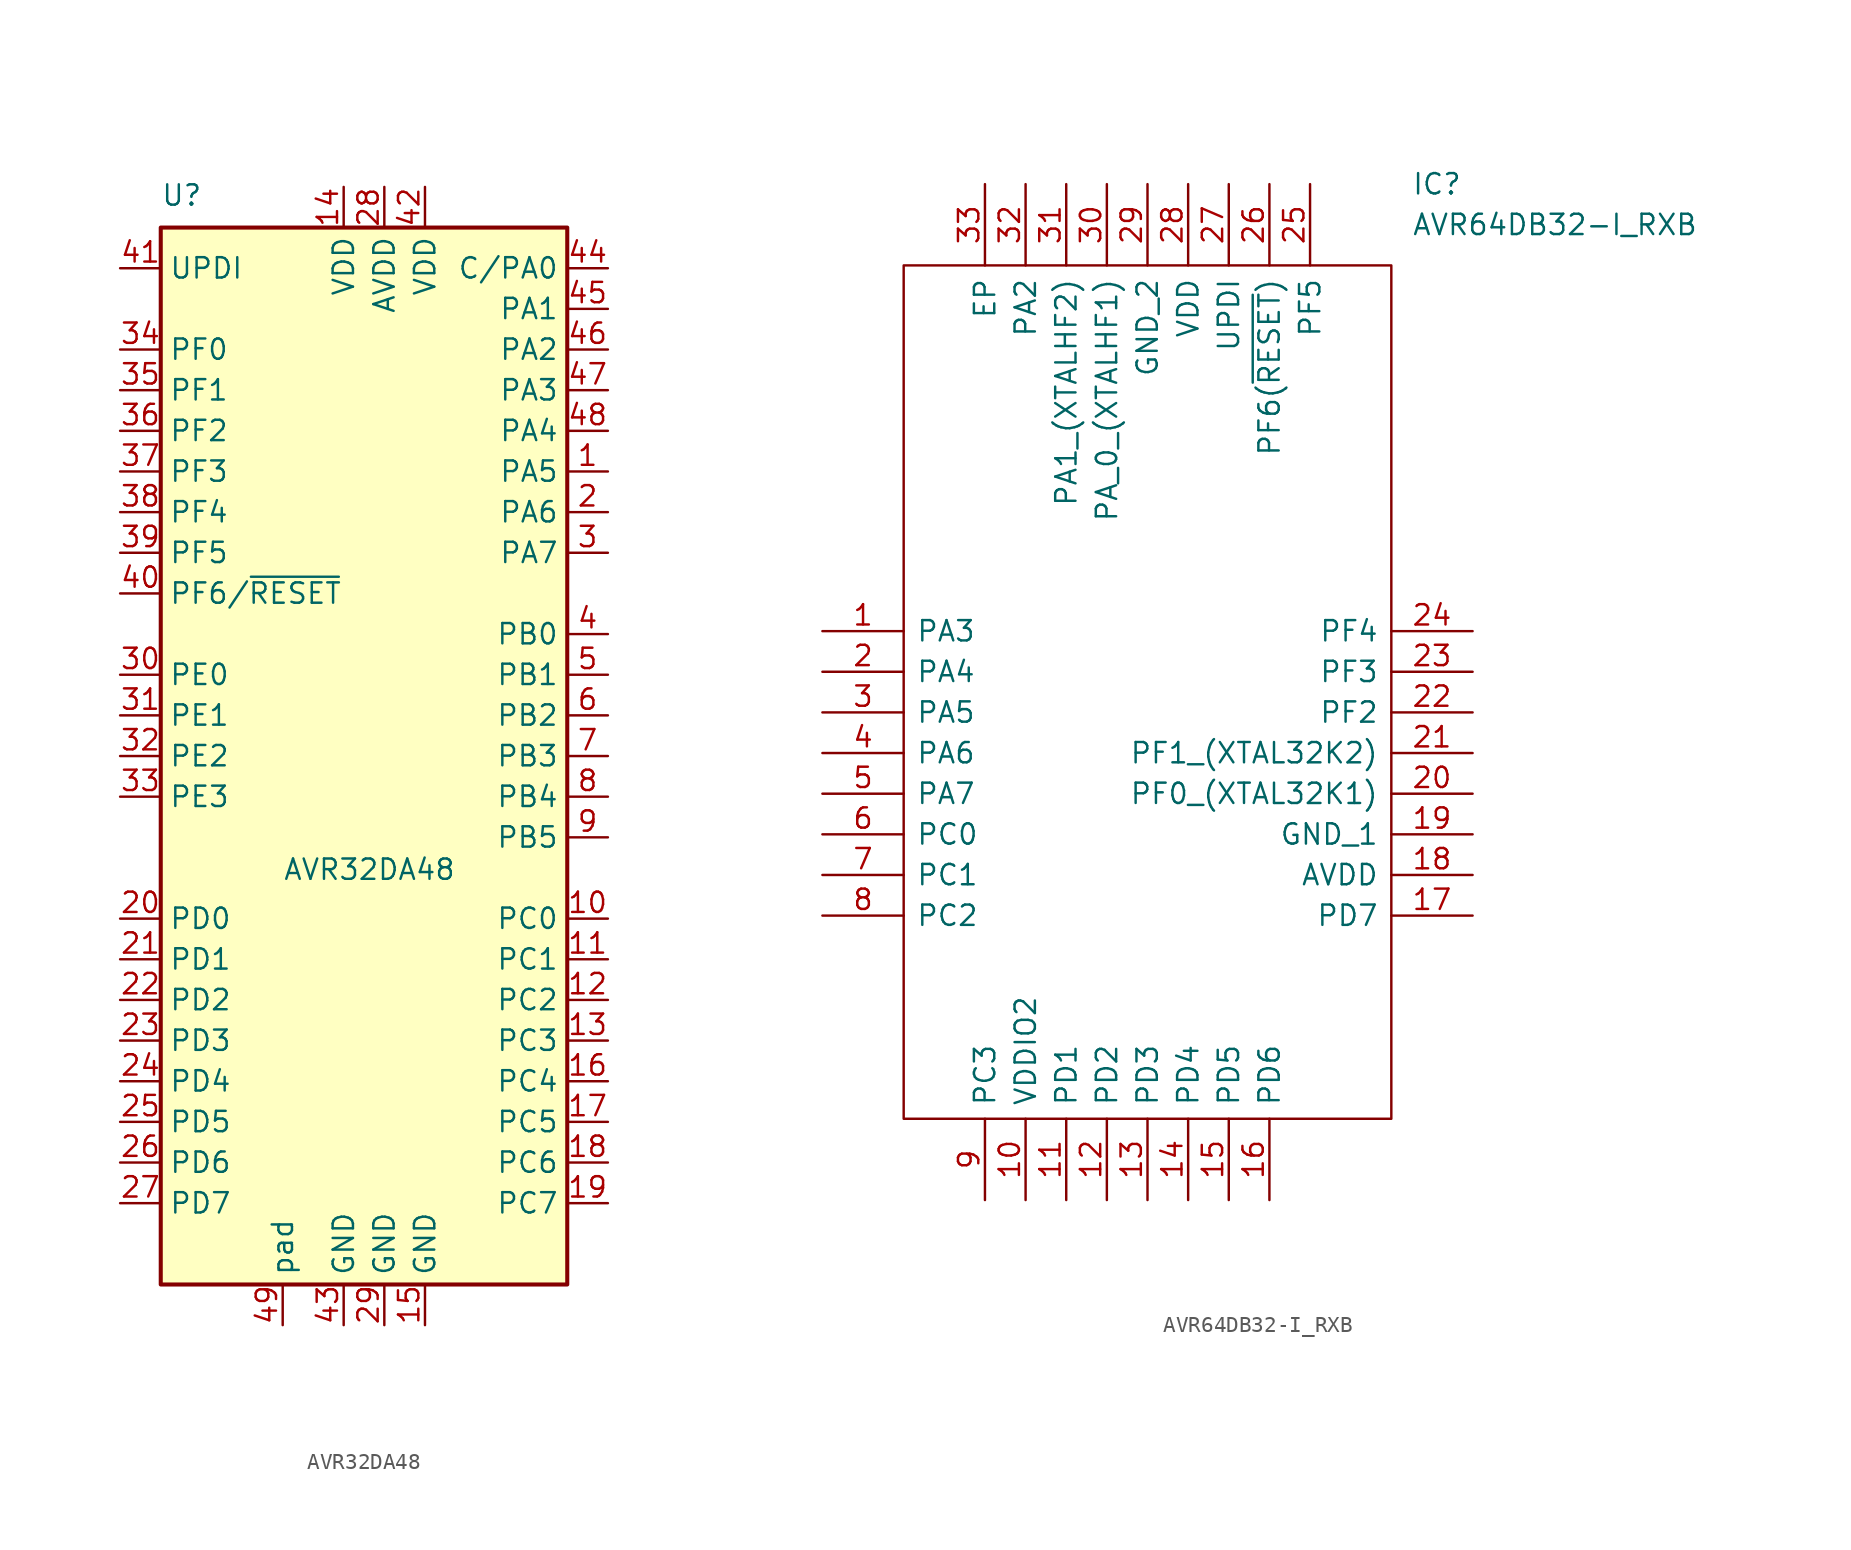
<source format=kicad_sym>
(kicad_symbol_lib
  (version 20241209)
  (generator "kicad_symbol_editor")
  (generator_version "9.0")
  (symbol "AVR32DA48"
    (property "Reference" "U"
      (at -12.7 34.29 0)
      (effects (font (size 1.27 1.27)) (justify left bottom)))
    (property "Value" "AVR32DA48"
      (at -5.08 -6.35 0)
      (effects (font (size 1.27 1.27)) (justify left top)))
    (symbol "AVR32DA48_0_1"
      (rectangle (start -12.7 -33.02) (end 12.7 33.02) (stroke (width 0.254) (type solid)) (fill (type background))))
    (symbol "AVR32DA48_1_1"
      (pin bidirectional line (at -15.24 30.48 0) (length 2.54) (name "UPDI" (effects (font (size 1.27 1.27)))) (number "41" (effects (font (size 1.27 1.27)))))
      (pin bidirectional line (at -15.24 25.4 0) (length 2.54) (name "PF0" (effects (font (size 1.27 1.27)))) (number "34" (effects (font (size 1.27 1.27)))))
      (pin bidirectional line (at -15.24 22.86 0) (length 2.54) (name "PF1" (effects (font (size 1.27 1.27)))) (number "35" (effects (font (size 1.27 1.27)))))
      (pin bidirectional line (at -15.24 20.32 0) (length 2.54) (name "PF2" (effects (font (size 1.27 1.27)))) (number "36" (effects (font (size 1.27 1.27)))))
      (pin bidirectional line (at -15.24 17.78 0) (length 2.54) (name "PF3" (effects (font (size 1.27 1.27)))) (number "37" (effects (font (size 1.27 1.27)))))
      (pin bidirectional line (at -15.24 15.24 0) (length 2.54) (name "PF4" (effects (font (size 1.27 1.27)))) (number "38" (effects (font (size 1.27 1.27)))))
      (pin bidirectional line (at -15.24 12.7 0) (length 2.54) (name "PF5" (effects (font (size 1.27 1.27)))) (number "39" (effects (font (size 1.27 1.27)))))
      (pin bidirectional line (at -15.24 10.16 0) (length 2.54) (name "PF6/~{RESET}" (effects (font (size 1.27 1.27)))) (number "40" (effects (font (size 1.27 1.27)))))
      (pin bidirectional line (at -15.24 5.08 0) (length 2.54) (name "PE0" (effects (font (size 1.27 1.27)))) (number "30" (effects (font (size 1.27 1.27)))))
      (pin bidirectional line (at -15.24 2.54 0) (length 2.54) (name "PE1" (effects (font (size 1.27 1.27)))) (number "31" (effects (font (size 1.27 1.27)))))
      (pin bidirectional line (at -15.24 0 0) (length 2.54) (name "PE2" (effects (font (size 1.27 1.27)))) (number "32" (effects (font (size 1.27 1.27)))))
      (pin bidirectional line (at -15.24 -2.54 0) (length 2.54) (name "PE3" (effects (font (size 1.27 1.27)))) (number "33" (effects (font (size 1.27 1.27)))))
      (pin bidirectional line (at -15.24 -10.16 0) (length 2.54) (name "PD0" (effects (font (size 1.27 1.27)))) (number "20" (effects (font (size 1.27 1.27)))))
      (pin bidirectional line (at -15.24 -12.7 0) (length 2.54) (name "PD1" (effects (font (size 1.27 1.27)))) (number "21" (effects (font (size 1.27 1.27)))))
      (pin bidirectional line (at -15.24 -15.24 0) (length 2.54) (name "PD2" (effects (font (size 1.27 1.27)))) (number "22" (effects (font (size 1.27 1.27)))))
      (pin bidirectional line (at -15.24 -17.78 0) (length 2.54) (name "PD3" (effects (font (size 1.27 1.27)))) (number "23" (effects (font (size 1.27 1.27)))))
      (pin bidirectional line (at -15.24 -20.32 0) (length 2.54) (name "PD4" (effects (font (size 1.27 1.27)))) (number "24" (effects (font (size 1.27 1.27)))))
      (pin bidirectional line (at -15.24 -22.86 0) (length 2.54) (name "PD5" (effects (font (size 1.27 1.27)))) (number "25" (effects (font (size 1.27 1.27)))))
      (pin bidirectional line (at -15.24 -25.4 0) (length 2.54) (name "PD6" (effects (font (size 1.27 1.27)))) (number "26" (effects (font (size 1.27 1.27)))))
      (pin bidirectional line (at -15.24 -27.94 0) (length 2.54) (name "PD7" (effects (font (size 1.27 1.27)))) (number "27" (effects (font (size 1.27 1.27)))))
      (pin passive line (at -5.08 -35.56 90) (length 2.54) (name "pad" (effects (font (size 1.27 1.27)))) (number "49" (effects (font (size 1.27 1.27)))))
      (pin power_in line (at -1.27 35.56 270) (length 2.54) (name "VDD" (effects (font (size 1.27 1.27)))) (number "14" (effects (font (size 1.27 1.27)))))
      (pin passive line (at -1.27 35.56 270) (length 2.54) (hide yes) (name "VDD" (effects (font (size 1.27 1.27)))) (number "42" (effects (font (size 1.27 1.27)))))
      (pin power_in line (at -1.27 -35.56 90) (length 2.54) (name "GND" (effects (font (size 1.27 1.27)))) (number "43" (effects (font (size 1.27 1.27)))))
      (pin power_in line (at 1.27 35.56 270) (length 2.54) (name "AVDD" (effects (font (size 1.27 1.27)))) (number "28" (effects (font (size 1.27 1.27)))))
      (pin power_in line (at 1.27 -35.56 90) (length 2.54) (name "GND" (effects (font (size 1.27 1.27)))) (number "29" (effects (font (size 1.27 1.27)))))
      (pin power_in line (at 3.81 35.56 270) (length 2.54) (name "VDD" (effects (font (size 1.27 1.27)))) (number "42" (effects (font (size 1.27 1.27)))))
      (pin power_in line (at 3.81 -35.56 90) (length 2.54) (name "GND" (effects (font (size 1.27 1.27)))) (number "15" (effects (font (size 1.27 1.27)))))
      (pin passive line (at 3.81 -35.56 90) (length 2.54) (hide yes) (name "GND" (effects (font (size 1.27 1.27)))) (number "29" (effects (font (size 1.27 1.27)))))
      (pin passive line (at 3.81 -35.56 90) (length 2.54) (hide yes) (name "GND" (effects (font (size 1.27 1.27)))) (number "43" (effects (font (size 1.27 1.27)))))
      (pin passive line (at 3.81 -35.56 90) (length 2.54) (hide yes) (name "GND" (effects (font (size 1.27 1.27)))) (number "49" (effects (font (size 1.27 1.27)))))
      (pin bidirectional line (at 15.24 30.48 180) (length 2.54) (name "C/PA0" (effects (font (size 1.27 1.27)))) (number "44" (effects (font (size 1.27 1.27)))))
      (pin bidirectional line (at 15.24 27.94 180) (length 2.54) (name "PA1" (effects (font (size 1.27 1.27)))) (number "45" (effects (font (size 1.27 1.27)))))
      (pin bidirectional line (at 15.24 25.4 180) (length 2.54) (name "PA2" (effects (font (size 1.27 1.27)))) (number "46" (effects (font (size 1.27 1.27)))))
      (pin bidirectional line (at 15.24 22.86 180) (length 2.54) (name "PA3" (effects (font (size 1.27 1.27)))) (number "47" (effects (font (size 1.27 1.27)))))
      (pin bidirectional line (at 15.24 20.32 180) (length 2.54) (name "PA4" (effects (font (size 1.27 1.27)))) (number "48" (effects (font (size 1.27 1.27)))))
      (pin bidirectional line (at 15.24 17.78 180) (length 2.54) (name "PA5" (effects (font (size 1.27 1.27)))) (number "1" (effects (font (size 1.27 1.27)))))
      (pin bidirectional line (at 15.24 15.24 180) (length 2.54) (name "PA6" (effects (font (size 1.27 1.27)))) (number "2" (effects (font (size 1.27 1.27)))))
      (pin bidirectional line (at 15.24 12.7 180) (length 2.54) (name "PA7" (effects (font (size 1.27 1.27)))) (number "3" (effects (font (size 1.27 1.27)))))
      (pin bidirectional line (at 15.24 7.62 180) (length 2.54) (name "PB0" (effects (font (size 1.27 1.27)))) (number "4" (effects (font (size 1.27 1.27)))))
      (pin bidirectional line (at 15.24 5.08 180) (length 2.54) (name "PB1" (effects (font (size 1.27 1.27)))) (number "5" (effects (font (size 1.27 1.27)))))
      (pin bidirectional line (at 15.24 2.54 180) (length 2.54) (name "PB2" (effects (font (size 1.27 1.27)))) (number "6" (effects (font (size 1.27 1.27)))))
      (pin bidirectional line (at 15.24 0 180) (length 2.54) (name "PB3" (effects (font (size 1.27 1.27)))) (number "7" (effects (font (size 1.27 1.27)))))
      (pin bidirectional line (at 15.24 -2.54 180) (length 2.54) (name "PB4" (effects (font (size 1.27 1.27)))) (number "8" (effects (font (size 1.27 1.27)))))
      (pin bidirectional line (at 15.24 -5.08 180) (length 2.54) (name "PB5" (effects (font (size 1.27 1.27)))) (number "9" (effects (font (size 1.27 1.27)))))
      (pin bidirectional line (at 15.24 -10.16 180) (length 2.54) (name "PC0" (effects (font (size 1.27 1.27)))) (number "10" (effects (font (size 1.27 1.27)))))
      (pin bidirectional line (at 15.24 -12.7 180) (length 2.54) (name "PC1" (effects (font (size 1.27 1.27)))) (number "11" (effects (font (size 1.27 1.27)))))
      (pin bidirectional line (at 15.24 -15.24 180) (length 2.54) (name "PC2" (effects (font (size 1.27 1.27)))) (number "12" (effects (font (size 1.27 1.27)))))
      (pin bidirectional line (at 15.24 -17.78 180) (length 2.54) (name "PC3" (effects (font (size 1.27 1.27)))) (number "13" (effects (font (size 1.27 1.27)))))
      (pin bidirectional line (at 15.24 -20.32 180) (length 2.54) (name "PC4" (effects (font (size 1.27 1.27)))) (number "16" (effects (font (size 1.27 1.27)))))
      (pin bidirectional line (at 15.24 -22.86 180) (length 2.54) (name "PC5" (effects (font (size 1.27 1.27)))) (number "17" (effects (font (size 1.27 1.27)))))
      (pin bidirectional line (at 15.24 -25.4 180) (length 2.54) (name "PC6" (effects (font (size 1.27 1.27)))) (number "18" (effects (font (size 1.27 1.27)))))
      (pin bidirectional line (at 15.24 -27.94 180) (length 2.54) (name "PC7" (effects (font (size 1.27 1.27)))) (number "19" (effects (font (size 1.27 1.27)))))))
  (symbol "AVR64DB32-I_RXB"
    (pin_names
      (offset 0.762))
    (property "Reference" "IC"
      (at 36.83 27.94 0)
      (effects (font (size 1.27 1.27)) (justify left)))
    (property "Value" "AVR64DB32-I_RXB"
      (at 36.83 25.4 0)
      (effects (font (size 1.27 1.27)) (justify left)))
    (symbol "AVR64DB32-I_RXB_0_0"
      (pin passive line (at 0 0 0) (length 5.08) (name "PA3" (effects (font (size 1.27 1.27)))) (number "1" (effects (font (size 1.27 1.27)))))
      (pin passive line (at 0 -2.54 0) (length 5.08) (name "PA4" (effects (font (size 1.27 1.27)))) (number "2" (effects (font (size 1.27 1.27)))))
      (pin passive line (at 0 -5.08 0) (length 5.08) (name "PA5" (effects (font (size 1.27 1.27)))) (number "3" (effects (font (size 1.27 1.27)))))
      (pin passive line (at 0 -7.62 0) (length 5.08) (name "PA6" (effects (font (size 1.27 1.27)))) (number "4" (effects (font (size 1.27 1.27)))))
      (pin passive line (at 0 -10.16 0) (length 5.08) (name "PA7" (effects (font (size 1.27 1.27)))) (number "5" (effects (font (size 1.27 1.27)))))
      (pin passive line (at 0 -12.7 0) (length 5.08) (name "PC0" (effects (font (size 1.27 1.27)))) (number "6" (effects (font (size 1.27 1.27)))))
      (pin passive line (at 0 -15.24 0) (length 5.08) (name "PC1" (effects (font (size 1.27 1.27)))) (number "7" (effects (font (size 1.27 1.27)))))
      (pin passive line (at 0 -17.78 0) (length 5.08) (name "PC2" (effects (font (size 1.27 1.27)))) (number "8" (effects (font (size 1.27 1.27)))))
      (pin passive line (at 10.16 27.94 270) (length 5.08) (name "EP" (effects (font (size 1.27 1.27)))) (number "33" (effects (font (size 1.27 1.27)))))
      (pin passive line (at 10.16 -35.56 90) (length 5.08) (name "PC3" (effects (font (size 1.27 1.27)))) (number "9" (effects (font (size 1.27 1.27)))))
      (pin passive line (at 12.7 27.94 270) (length 5.08) (name "PA2" (effects (font (size 1.27 1.27)))) (number "32" (effects (font (size 1.27 1.27)))))
      (pin passive line (at 12.7 -35.56 90) (length 5.08) (name "VDDIO2" (effects (font (size 1.27 1.27)))) (number "10" (effects (font (size 1.27 1.27)))))
      (pin passive line (at 15.24 27.94 270) (length 5.08) (name "PA1_(XTALHF2)" (effects (font (size 1.27 1.27)))) (number "31" (effects (font (size 1.27 1.27)))))
      (pin passive line (at 15.24 -35.56 90) (length 5.08) (name "PD1" (effects (font (size 1.27 1.27)))) (number "11" (effects (font (size 1.27 1.27)))))
      (pin passive line (at 17.78 27.94 270) (length 5.08) (name "PA_0_(XTALHF1)" (effects (font (size 1.27 1.27)))) (number "30" (effects (font (size 1.27 1.27)))))
      (pin passive line (at 17.78 -35.56 90) (length 5.08) (name "PD2" (effects (font (size 1.27 1.27)))) (number "12" (effects (font (size 1.27 1.27)))))
      (pin passive line (at 20.32 27.94 270) (length 5.08) (name "GND_2" (effects (font (size 1.27 1.27)))) (number "29" (effects (font (size 1.27 1.27)))))
      (pin passive line (at 20.32 -35.56 90) (length 5.08) (name "PD3" (effects (font (size 1.27 1.27)))) (number "13" (effects (font (size 1.27 1.27)))))
      (pin passive line (at 22.86 27.94 270) (length 5.08) (name "VDD" (effects (font (size 1.27 1.27)))) (number "28" (effects (font (size 1.27 1.27)))))
      (pin passive line (at 22.86 -35.56 90) (length 5.08) (name "PD4" (effects (font (size 1.27 1.27)))) (number "14" (effects (font (size 1.27 1.27)))))
      (pin passive line (at 25.4 27.94 270) (length 5.08) (name "UPDI" (effects (font (size 1.27 1.27)))) (number "27" (effects (font (size 1.27 1.27)))))
      (pin passive line (at 25.4 -35.56 90) (length 5.08) (name "PD5" (effects (font (size 1.27 1.27)))) (number "15" (effects (font (size 1.27 1.27)))))
      (pin passive line (at 27.94 27.94 270) (length 5.08) (name "PF6(~{RESET})" (effects (font (size 1.27 1.27)))) (number "26" (effects (font (size 1.27 1.27)))))
      (pin passive line (at 27.94 -35.56 90) (length 5.08) (name "PD6" (effects (font (size 1.27 1.27)))) (number "16" (effects (font (size 1.27 1.27)))))
      (pin passive line (at 30.48 27.94 270) (length 5.08) (name "PF5" (effects (font (size 1.27 1.27)))) (number "25" (effects (font (size 1.27 1.27)))))
      (pin passive line (at 40.64 0 180) (length 5.08) (name "PF4" (effects (font (size 1.27 1.27)))) (number "24" (effects (font (size 1.27 1.27)))))
      (pin passive line (at 40.64 -2.54 180) (length 5.08) (name "PF3" (effects (font (size 1.27 1.27)))) (number "23" (effects (font (size 1.27 1.27)))))
      (pin passive line (at 40.64 -5.08 180) (length 5.08) (name "PF2" (effects (font (size 1.27 1.27)))) (number "22" (effects (font (size 1.27 1.27)))))
      (pin passive line (at 40.64 -7.62 180) (length 5.08) (name "PF1_(XTAL32K2)" (effects (font (size 1.27 1.27)))) (number "21" (effects (font (size 1.27 1.27)))))
      (pin passive line (at 40.64 -10.16 180) (length 5.08) (name "PF0_(XTAL32K1)" (effects (font (size 1.27 1.27)))) (number "20" (effects (font (size 1.27 1.27)))))
      (pin passive line (at 40.64 -12.7 180) (length 5.08) (name "GND_1" (effects (font (size 1.27 1.27)))) (number "19" (effects (font (size 1.27 1.27)))))
      (pin passive line (at 40.64 -15.24 180) (length 5.08) (name "AVDD" (effects (font (size 1.27 1.27)))) (number "18" (effects (font (size 1.27 1.27)))))
      (pin passive line (at 40.64 -17.78 180) (length 5.08) (name "PD7" (effects (font (size 1.27 1.27)))) (number "17" (effects (font (size 1.27 1.27))))))
    (symbol "AVR64DB32-I_RXB_0_1"
      (polyline (pts (xy 5.08 22.86) (xy 35.56 22.86) (xy 35.56 -30.48) (xy 5.08 -30.48) (xy 5.08 22.86)) (stroke (width 0.152) (type solid)) (fill (type none))))))
</source>
